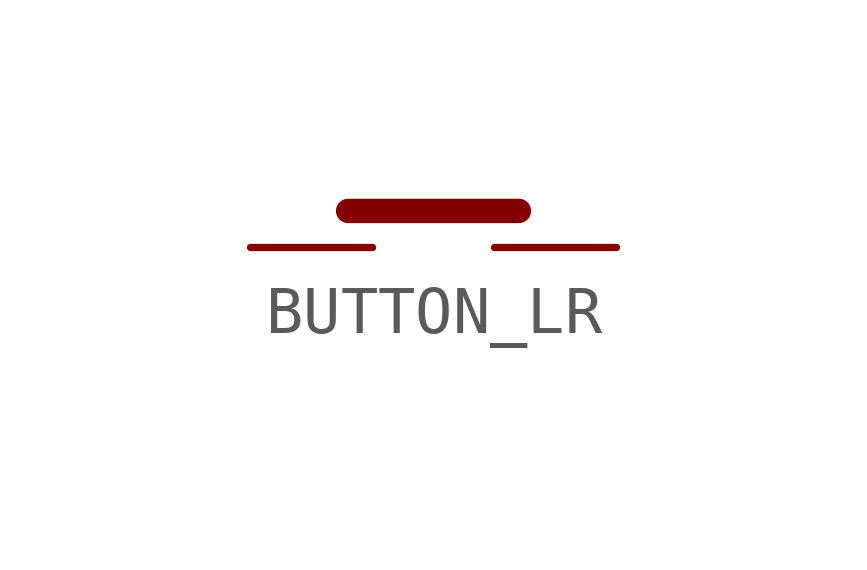
<source format=kicad_sym>
(kicad_symbol_lib
  (version 20231120)
  (generator "kicad_symbol_editor")
  (generator_version "8.0")
  (symbol "BUTTON_LR"
    (property "Reference" ""
      (at -2.54 1.016 0)
      (effects (font (size 1.27 1.079)) (justify left bottom) (hide yes)))
    (property "ki_locked" ""
      (at 0 0 0)
      (effects (font (size 1.27 1.27))))
    (symbol "BUTTON_LR_1_0"
      (polyline (pts (xy -1.778 0.762) (xy 1.778 0.762)) (stroke (width 0.508) (type solid)) (fill (type none)))
      (pin bidirectional line (at -3.81 0 0) (length 2.54) (name "P$1" (effects (font (size 0 0)))) (number "1" (effects (font (size 0 0)))))
      (pin bidirectional line (at 3.81 0 180) (length 2.54) (name "P$2" (effects (font (size 0 0)))) (number "2" (effects (font (size 0 0))))))))
</source>
